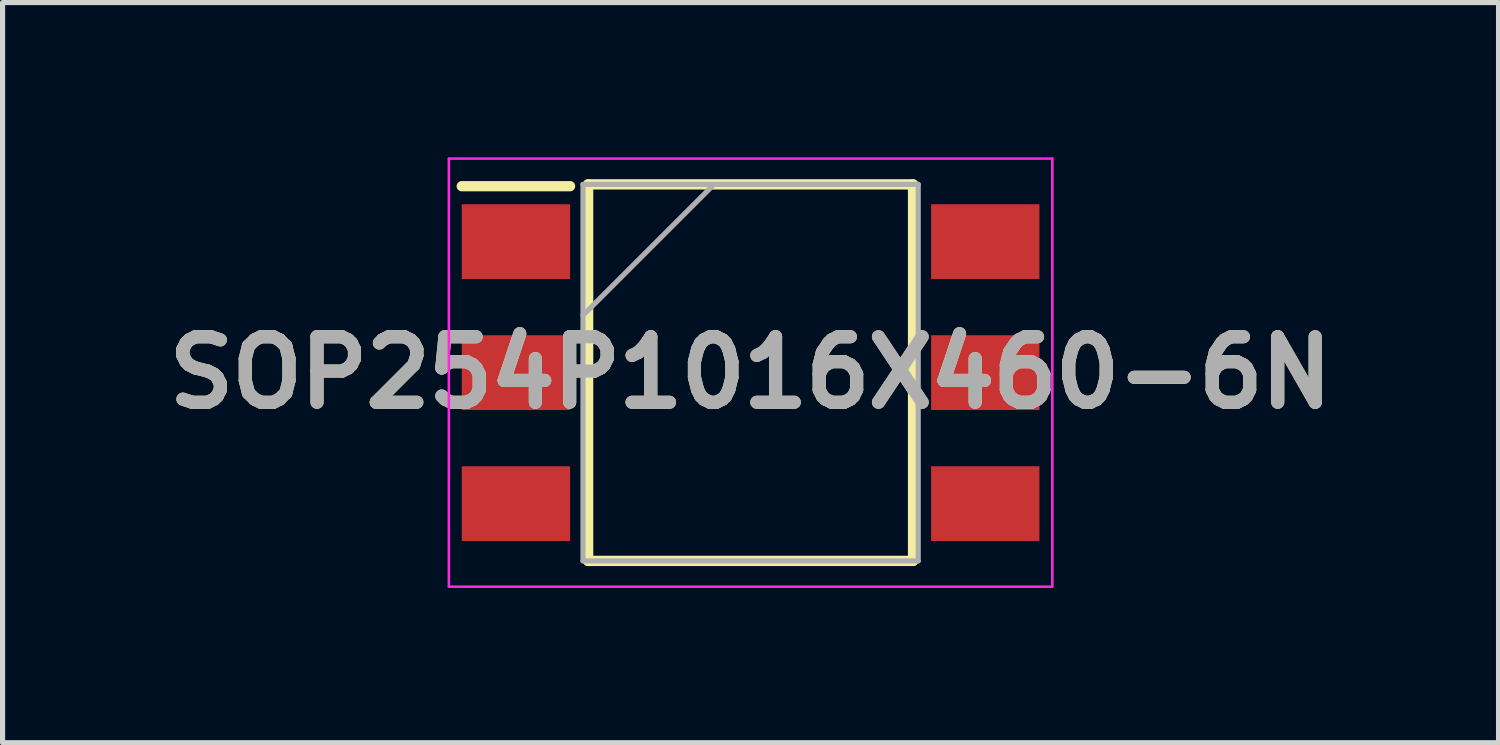
<source format=kicad_pcb>
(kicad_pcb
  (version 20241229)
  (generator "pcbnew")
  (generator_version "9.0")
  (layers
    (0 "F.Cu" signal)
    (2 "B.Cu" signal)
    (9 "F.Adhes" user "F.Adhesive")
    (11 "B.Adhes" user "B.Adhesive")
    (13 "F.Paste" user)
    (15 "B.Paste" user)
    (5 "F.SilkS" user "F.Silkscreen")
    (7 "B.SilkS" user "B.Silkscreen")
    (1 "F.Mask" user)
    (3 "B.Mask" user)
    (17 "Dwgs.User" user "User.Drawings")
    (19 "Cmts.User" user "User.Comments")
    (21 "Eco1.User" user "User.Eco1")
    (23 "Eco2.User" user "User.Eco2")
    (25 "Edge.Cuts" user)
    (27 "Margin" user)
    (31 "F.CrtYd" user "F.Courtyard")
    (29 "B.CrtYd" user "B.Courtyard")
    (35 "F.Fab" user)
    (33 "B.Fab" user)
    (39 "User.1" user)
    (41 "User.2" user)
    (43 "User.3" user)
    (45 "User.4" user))
  (footprint "SOP254P1016X460-6N"
    (layer "F.Cu")
    (at 11.503 4.175)
    (property "Reference" "SOP254P1016X460-6N" (at 0 0 0) (layer "F.SilkS") (effects (font (size 1.27 1.27) (thickness 0.254))))
    (attr smd)
    (fp_line (start -5.6 -3.615) (end -3.5 -3.615) (stroke (width 0.2) (type solid)) (layer "F.SilkS"))
    (fp_line (start -3.15 -3.65) (end 3.15 -3.65) (stroke (width 0.2) (type solid)) (layer "F.SilkS"))
    (fp_line (start -3.15 3.65) (end -3.15 -3.65) (stroke (width 0.2) (type solid)) (layer "F.SilkS"))
    (fp_line (start 3.15 -3.65) (end 3.15 3.65) (stroke (width 0.2) (type solid)) (layer "F.SilkS"))
    (fp_line (start 3.15 3.65) (end -3.15 3.65) (stroke (width 0.2) (type solid)) (layer "F.SilkS"))
    (fp_line (start -5.85 -4.15) (end 5.85 -4.15) (stroke (width 0.05) (type solid)) (layer "F.CrtYd"))
    (fp_line (start -5.85 4.15) (end -5.85 -4.15) (stroke (width 0.05) (type solid)) (layer "F.CrtYd"))
    (fp_line (start 5.85 -4.15) (end 5.85 4.15) (stroke (width 0.05) (type solid)) (layer "F.CrtYd"))
    (fp_line (start 5.85 4.15) (end -5.85 4.15) (stroke (width 0.05) (type solid)) (layer "F.CrtYd"))
    (fp_line (start -3.25 -3.65) (end 3.25 -3.65) (stroke (width 0.1) (type solid)) (layer "F.Fab"))
    (fp_line (start -3.25 -1.11) (end -0.71 -3.65) (stroke (width 0.1) (type solid)) (layer "F.Fab"))
    (fp_line (start -3.25 3.65) (end -3.25 -3.65) (stroke (width 0.1) (type solid)) (layer "F.Fab"))
    (fp_line (start 3.25 -3.65) (end 3.25 3.65) (stroke (width 0.1) (type solid)) (layer "F.Fab"))
    (fp_line (start 3.25 3.65) (end -3.25 3.65) (stroke (width 0.1) (type solid)) (layer "F.Fab"))
    (fp_text user "${REFERENCE}" (at 0 0 0) (layer "F.Fab") (effects (font (size 1.27 1.27) (thickness 0.254))))
    (pad "1" smd rect (at -4.55 -2.54 90) (size 1.45 2.1) (layers "F.Cu" "F.Mask" "F.Paste"))
    (pad "2" smd rect (at -4.55 0 90) (size 1.45 2.1) (layers "F.Cu" "F.Mask" "F.Paste"))
    (pad "3" smd rect (at -4.55 2.54 90) (size 1.45 2.1) (layers "F.Cu" "F.Mask" "F.Paste"))
    (pad "4" smd rect (at 4.55 2.54 90) (size 1.45 2.1) (layers "F.Cu" "F.Mask" "F.Paste"))
    (pad "5" smd rect (at 4.55 0 90) (size 1.45 2.1) (layers "F.Cu" "F.Mask" "F.Paste"))
    (pad "6" smd rect (at 4.55 -2.54 90) (size 1.45 2.1) (layers "F.Cu" "F.Mask" "F.Paste")))
  (gr_rect
    (start -3 -3)
    (end 26.005 11.35)
    (stroke (width 0.1) (type default))
    (fill no)
    (layer "Edge.Cuts")))
</source>
